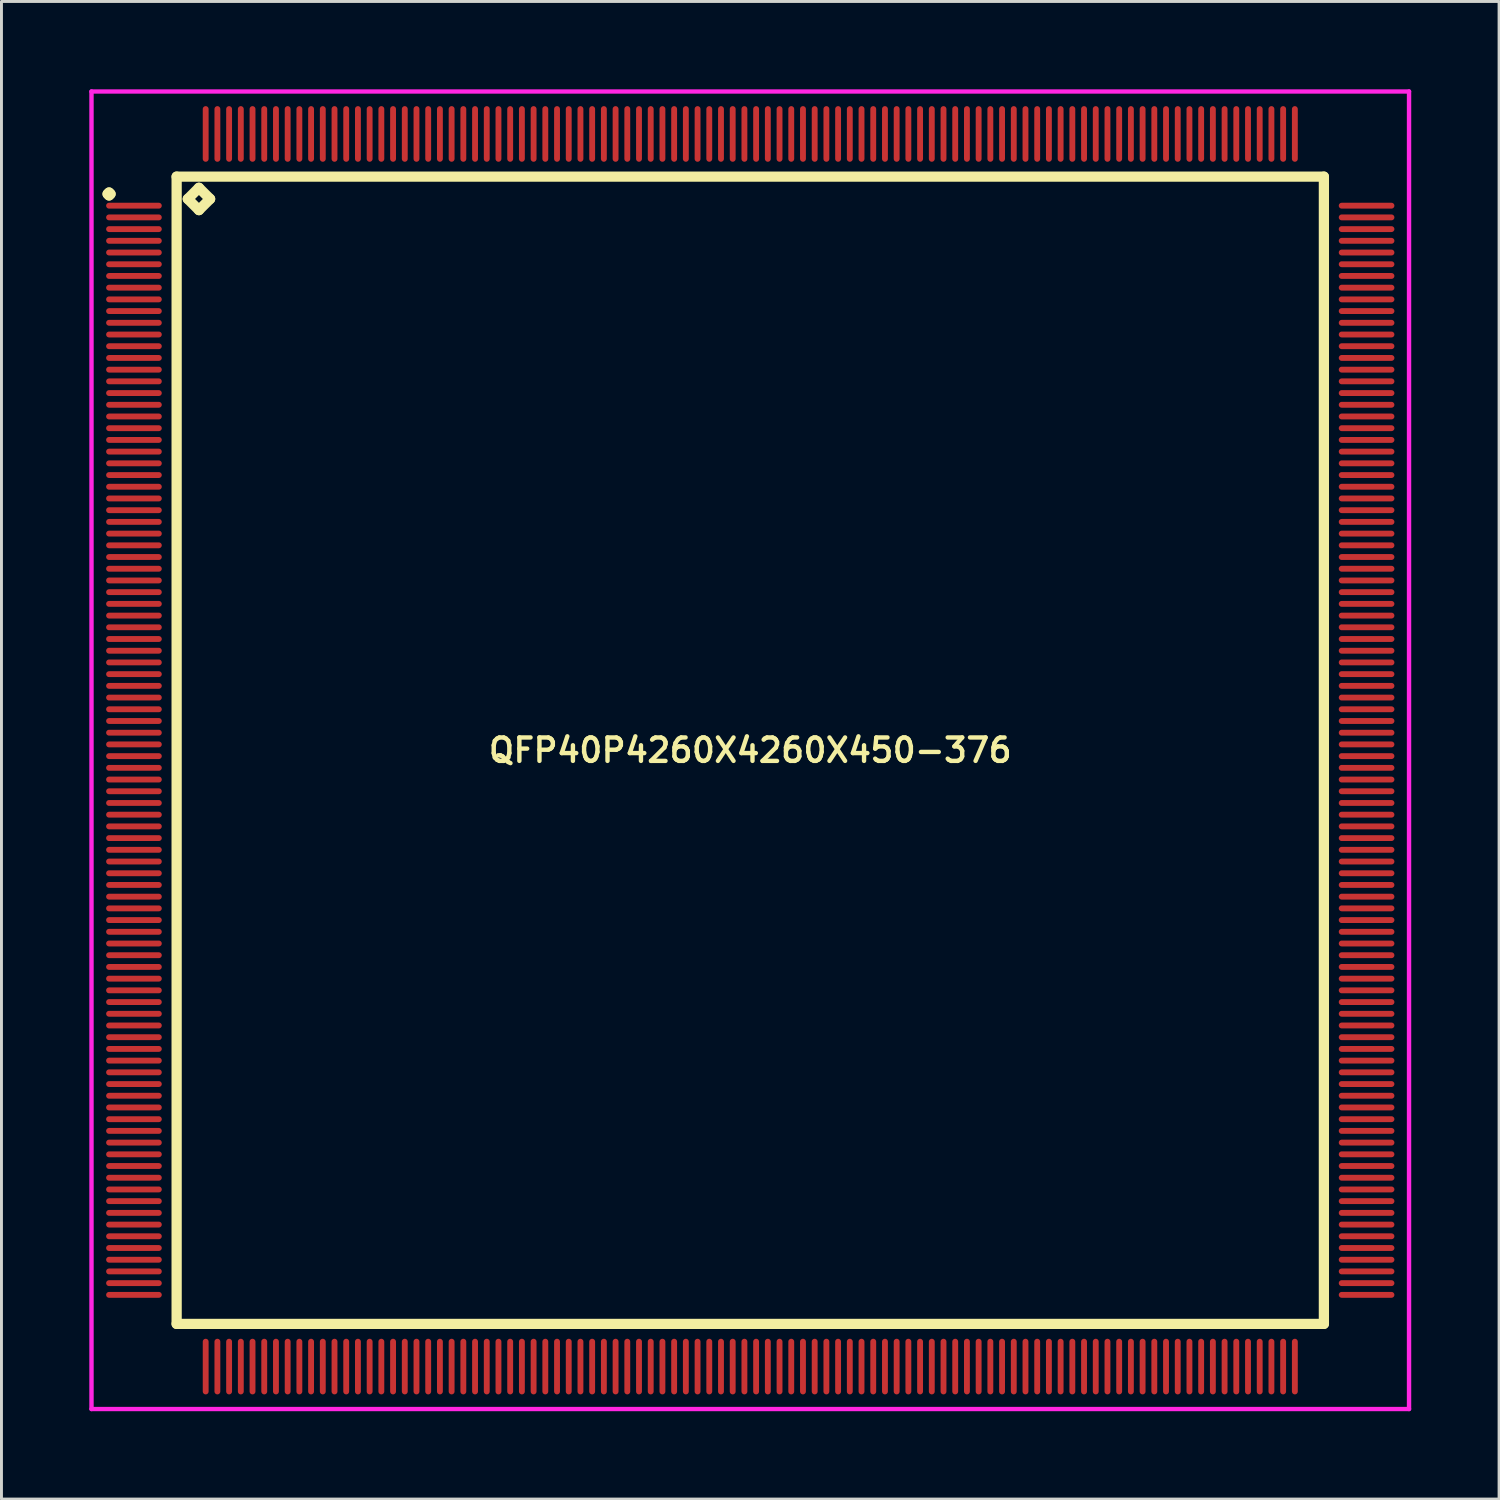
<source format=kicad_pcb>
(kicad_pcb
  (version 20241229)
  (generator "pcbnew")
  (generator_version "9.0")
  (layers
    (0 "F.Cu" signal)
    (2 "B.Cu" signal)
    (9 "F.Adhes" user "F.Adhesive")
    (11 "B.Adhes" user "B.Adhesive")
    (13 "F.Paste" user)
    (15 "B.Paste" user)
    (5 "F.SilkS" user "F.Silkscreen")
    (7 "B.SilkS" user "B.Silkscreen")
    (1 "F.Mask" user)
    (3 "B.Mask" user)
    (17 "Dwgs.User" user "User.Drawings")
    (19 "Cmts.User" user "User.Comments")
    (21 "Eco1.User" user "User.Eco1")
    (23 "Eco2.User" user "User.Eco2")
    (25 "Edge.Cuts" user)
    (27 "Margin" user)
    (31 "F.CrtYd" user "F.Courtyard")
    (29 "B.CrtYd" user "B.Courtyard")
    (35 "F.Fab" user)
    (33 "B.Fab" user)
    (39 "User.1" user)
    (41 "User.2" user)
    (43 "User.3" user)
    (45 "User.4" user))
  (footprint "QFP40P4260X4260X450-376"
    (layer "F.Cu")
    (at 22.575 22.575)
    (property "Reference" "QFP40P4260X4260X450-376" (at 0 0 0) (layer "F.SilkS") (effects (font (size 0.8 0.8) (thickness 0.15))))
    (attr smd)
    (fp_line (start -21.95 -19) (end -21.9 -19.05) (stroke (width 0.35) (type solid)) (layer "F.SilkS"))
    (fp_line (start -21.9 -19.05) (end -21.85 -19) (stroke (width 0.35) (type solid)) (layer "F.SilkS"))
    (fp_line (start -21.9 -18.95) (end -21.95 -19) (stroke (width 0.35) (type solid)) (layer "F.SilkS"))
    (fp_line (start -21.85 -19) (end -21.9 -18.95) (stroke (width 0.35) (type solid)) (layer "F.SilkS"))
    (fp_line (start -19.592 -19.592) (end -19.592 19.592) (stroke (width 0.35) (type solid)) (layer "F.SilkS"))
    (fp_line (start -19.592 19.592) (end 19.592 19.592) (stroke (width 0.35) (type solid)) (layer "F.SilkS"))
    (fp_line (start -19.211 -18.83) (end -18.83 -19.211) (stroke (width 0.35) (type solid)) (layer "F.SilkS"))
    (fp_line (start -18.83 -19.211) (end -18.449 -18.83) (stroke (width 0.35) (type solid)) (layer "F.SilkS"))
    (fp_line (start -18.83 -18.449) (end -19.211 -18.83) (stroke (width 0.35) (type solid)) (layer "F.SilkS"))
    (fp_line (start -18.449 -18.83) (end -18.83 -18.449) (stroke (width 0.35) (type solid)) (layer "F.SilkS"))
    (fp_line (start 19.592 -19.592) (end -19.592 -19.592) (stroke (width 0.35) (type solid)) (layer "F.SilkS"))
    (fp_line (start 19.592 19.592) (end 19.592 -19.592) (stroke (width 0.35) (type solid)) (layer "F.SilkS"))
    (fp_line (start -22.5 -22.5) (end 22.5 -22.5) (stroke (width 0.15) (type solid)) (layer "F.CrtYd"))
    (fp_line (start -22.5 22.5) (end -22.5 -22.5) (stroke (width 0.15) (type solid)) (layer "F.CrtYd"))
    (fp_line (start 22.5 -22.5) (end 22.5 22.5) (stroke (width 0.15) (type solid)) (layer "F.CrtYd"))
    (fp_line (start 22.5 22.5) (end -22.5 22.5) (stroke (width 0.15) (type solid)) (layer "F.CrtYd"))
    (pad "1" smd oval (at -21.05 -18.6) (size 1.9 0.2) (layers "F.Cu" "F.Mask" "F.Paste"))
    (pad "2" smd oval (at -21.05 -18.2) (size 1.9 0.2) (layers "F.Cu" "F.Mask" "F.Paste"))
    (pad "3" smd oval (at -21.05 -17.8) (size 1.9 0.2) (layers "F.Cu" "F.Mask" "F.Paste"))
    (pad "4" smd oval (at -21.05 -17.4) (size 1.9 0.2) (layers "F.Cu" "F.Mask" "F.Paste"))
    (pad "5" smd oval (at -21.05 -17) (size 1.9 0.2) (layers "F.Cu" "F.Mask" "F.Paste"))
    (pad "6" smd oval (at -21.05 -16.6) (size 1.9 0.2) (layers "F.Cu" "F.Mask" "F.Paste"))
    (pad "7" smd oval (at -21.05 -16.2) (size 1.9 0.2) (layers "F.Cu" "F.Mask" "F.Paste"))
    (pad "8" smd oval (at -21.05 -15.8) (size 1.9 0.2) (layers "F.Cu" "F.Mask" "F.Paste"))
    (pad "9" smd oval (at -21.05 -15.4) (size 1.9 0.2) (layers "F.Cu" "F.Mask" "F.Paste"))
    (pad "10" smd oval (at -21.05 -15) (size 1.9 0.2) (layers "F.Cu" "F.Mask" "F.Paste"))
    (pad "11" smd oval (at -21.05 -14.6) (size 1.9 0.2) (layers "F.Cu" "F.Mask" "F.Paste"))
    (pad "12" smd oval (at -21.05 -14.2) (size 1.9 0.2) (layers "F.Cu" "F.Mask" "F.Paste"))
    (pad "13" smd oval (at -21.05 -13.8) (size 1.9 0.2) (layers "F.Cu" "F.Mask" "F.Paste"))
    (pad "14" smd oval (at -21.05 -13.4) (size 1.9 0.2) (layers "F.Cu" "F.Mask" "F.Paste"))
    (pad "15" smd oval (at -21.05 -13) (size 1.9 0.2) (layers "F.Cu" "F.Mask" "F.Paste"))
    (pad "16" smd oval (at -21.05 -12.6) (size 1.9 0.2) (layers "F.Cu" "F.Mask" "F.Paste"))
    (pad "17" smd oval (at -21.05 -12.2) (size 1.9 0.2) (layers "F.Cu" "F.Mask" "F.Paste"))
    (pad "18" smd oval (at -21.05 -11.8) (size 1.9 0.2) (layers "F.Cu" "F.Mask" "F.Paste"))
    (pad "19" smd oval (at -21.05 -11.4) (size 1.9 0.2) (layers "F.Cu" "F.Mask" "F.Paste"))
    (pad "20" smd oval (at -21.05 -11) (size 1.9 0.2) (layers "F.Cu" "F.Mask" "F.Paste"))
    (pad "21" smd oval (at -21.05 -10.6) (size 1.9 0.2) (layers "F.Cu" "F.Mask" "F.Paste"))
    (pad "22" smd oval (at -21.05 -10.2) (size 1.9 0.2) (layers "F.Cu" "F.Mask" "F.Paste"))
    (pad "23" smd oval (at -21.05 -9.8) (size 1.9 0.2) (layers "F.Cu" "F.Mask" "F.Paste"))
    (pad "24" smd oval (at -21.05 -9.4) (size 1.9 0.2) (layers "F.Cu" "F.Mask" "F.Paste"))
    (pad "25" smd oval (at -21.05 -9) (size 1.9 0.2) (layers "F.Cu" "F.Mask" "F.Paste"))
    (pad "26" smd oval (at -21.05 -8.6) (size 1.9 0.2) (layers "F.Cu" "F.Mask" "F.Paste"))
    (pad "27" smd oval (at -21.05 -8.2) (size 1.9 0.2) (layers "F.Cu" "F.Mask" "F.Paste"))
    (pad "28" smd oval (at -21.05 -7.8) (size 1.9 0.2) (layers "F.Cu" "F.Mask" "F.Paste"))
    (pad "29" smd oval (at -21.05 -7.4) (size 1.9 0.2) (layers "F.Cu" "F.Mask" "F.Paste"))
    (pad "30" smd oval (at -21.05 -7) (size 1.9 0.2) (layers "F.Cu" "F.Mask" "F.Paste"))
    (pad "31" smd oval (at -21.05 -6.6) (size 1.9 0.2) (layers "F.Cu" "F.Mask" "F.Paste"))
    (pad "32" smd oval (at -21.05 -6.2) (size 1.9 0.2) (layers "F.Cu" "F.Mask" "F.Paste"))
    (pad "33" smd oval (at -21.05 -5.8) (size 1.9 0.2) (layers "F.Cu" "F.Mask" "F.Paste"))
    (pad "34" smd oval (at -21.05 -5.4) (size 1.9 0.2) (layers "F.Cu" "F.Mask" "F.Paste"))
    (pad "35" smd oval (at -21.05 -5) (size 1.9 0.2) (layers "F.Cu" "F.Mask" "F.Paste"))
    (pad "36" smd oval (at -21.05 -4.6) (size 1.9 0.2) (layers "F.Cu" "F.Mask" "F.Paste"))
    (pad "37" smd oval (at -21.05 -4.2) (size 1.9 0.2) (layers "F.Cu" "F.Mask" "F.Paste"))
    (pad "38" smd oval (at -21.05 -3.8) (size 1.9 0.2) (layers "F.Cu" "F.Mask" "F.Paste"))
    (pad "39" smd oval (at -21.05 -3.4) (size 1.9 0.2) (layers "F.Cu" "F.Mask" "F.Paste"))
    (pad "40" smd oval (at -21.05 -3) (size 1.9 0.2) (layers "F.Cu" "F.Mask" "F.Paste"))
    (pad "41" smd oval (at -21.05 -2.6) (size 1.9 0.2) (layers "F.Cu" "F.Mask" "F.Paste"))
    (pad "42" smd oval (at -21.05 -2.2) (size 1.9 0.2) (layers "F.Cu" "F.Mask" "F.Paste"))
    (pad "43" smd oval (at -21.05 -1.8) (size 1.9 0.2) (layers "F.Cu" "F.Mask" "F.Paste"))
    (pad "44" smd oval (at -21.05 -1.4) (size 1.9 0.2) (layers "F.Cu" "F.Mask" "F.Paste"))
    (pad "45" smd oval (at -21.05 -1) (size 1.9 0.2) (layers "F.Cu" "F.Mask" "F.Paste"))
    (pad "46" smd oval (at -21.05 -0.6) (size 1.9 0.2) (layers "F.Cu" "F.Mask" "F.Paste"))
    (pad "47" smd oval (at -21.05 -0.2) (size 1.9 0.2) (layers "F.Cu" "F.Mask" "F.Paste"))
    (pad "48" smd oval (at -21.05 0.2) (size 1.9 0.2) (layers "F.Cu" "F.Mask" "F.Paste"))
    (pad "49" smd oval (at -21.05 0.6) (size 1.9 0.2) (layers "F.Cu" "F.Mask" "F.Paste"))
    (pad "50" smd oval (at -21.05 1) (size 1.9 0.2) (layers "F.Cu" "F.Mask" "F.Paste"))
    (pad "51" smd oval (at -21.05 1.4) (size 1.9 0.2) (layers "F.Cu" "F.Mask" "F.Paste"))
    (pad "52" smd oval (at -21.05 1.8) (size 1.9 0.2) (layers "F.Cu" "F.Mask" "F.Paste"))
    (pad "53" smd oval (at -21.05 2.2) (size 1.9 0.2) (layers "F.Cu" "F.Mask" "F.Paste"))
    (pad "54" smd oval (at -21.05 2.6) (size 1.9 0.2) (layers "F.Cu" "F.Mask" "F.Paste"))
    (pad "55" smd oval (at -21.05 3) (size 1.9 0.2) (layers "F.Cu" "F.Mask" "F.Paste"))
    (pad "56" smd oval (at -21.05 3.4) (size 1.9 0.2) (layers "F.Cu" "F.Mask" "F.Paste"))
    (pad "57" smd oval (at -21.05 3.8) (size 1.9 0.2) (layers "F.Cu" "F.Mask" "F.Paste"))
    (pad "58" smd oval (at -21.05 4.2) (size 1.9 0.2) (layers "F.Cu" "F.Mask" "F.Paste"))
    (pad "59" smd oval (at -21.05 4.6) (size 1.9 0.2) (layers "F.Cu" "F.Mask" "F.Paste"))
    (pad "60" smd oval (at -21.05 5) (size 1.9 0.2) (layers "F.Cu" "F.Mask" "F.Paste"))
    (pad "61" smd oval (at -21.05 5.4) (size 1.9 0.2) (layers "F.Cu" "F.Mask" "F.Paste"))
    (pad "62" smd oval (at -21.05 5.8) (size 1.9 0.2) (layers "F.Cu" "F.Mask" "F.Paste"))
    (pad "63" smd oval (at -21.05 6.2) (size 1.9 0.2) (layers "F.Cu" "F.Mask" "F.Paste"))
    (pad "64" smd oval (at -21.05 6.6) (size 1.9 0.2) (layers "F.Cu" "F.Mask" "F.Paste"))
    (pad "65" smd oval (at -21.05 7) (size 1.9 0.2) (layers "F.Cu" "F.Mask" "F.Paste"))
    (pad "66" smd oval (at -21.05 7.4) (size 1.9 0.2) (layers "F.Cu" "F.Mask" "F.Paste"))
    (pad "67" smd oval (at -21.05 7.8) (size 1.9 0.2) (layers "F.Cu" "F.Mask" "F.Paste"))
    (pad "68" smd oval (at -21.05 8.2) (size 1.9 0.2) (layers "F.Cu" "F.Mask" "F.Paste"))
    (pad "69" smd oval (at -21.05 8.6) (size 1.9 0.2) (layers "F.Cu" "F.Mask" "F.Paste"))
    (pad "70" smd oval (at -21.05 9) (size 1.9 0.2) (layers "F.Cu" "F.Mask" "F.Paste"))
    (pad "71" smd oval (at -21.05 9.4) (size 1.9 0.2) (layers "F.Cu" "F.Mask" "F.Paste"))
    (pad "72" smd oval (at -21.05 9.8) (size 1.9 0.2) (layers "F.Cu" "F.Mask" "F.Paste"))
    (pad "73" smd oval (at -21.05 10.2) (size 1.9 0.2) (layers "F.Cu" "F.Mask" "F.Paste"))
    (pad "74" smd oval (at -21.05 10.6) (size 1.9 0.2) (layers "F.Cu" "F.Mask" "F.Paste"))
    (pad "75" smd oval (at -21.05 11) (size 1.9 0.2) (layers "F.Cu" "F.Mask" "F.Paste"))
    (pad "76" smd oval (at -21.05 11.4) (size 1.9 0.2) (layers "F.Cu" "F.Mask" "F.Paste"))
    (pad "77" smd oval (at -21.05 11.8) (size 1.9 0.2) (layers "F.Cu" "F.Mask" "F.Paste"))
    (pad "78" smd oval (at -21.05 12.2) (size 1.9 0.2) (layers "F.Cu" "F.Mask" "F.Paste"))
    (pad "79" smd oval (at -21.05 12.6) (size 1.9 0.2) (layers "F.Cu" "F.Mask" "F.Paste"))
    (pad "80" smd oval (at -21.05 13) (size 1.9 0.2) (layers "F.Cu" "F.Mask" "F.Paste"))
    (pad "81" smd oval (at -21.05 13.4) (size 1.9 0.2) (layers "F.Cu" "F.Mask" "F.Paste"))
    (pad "82" smd oval (at -21.05 13.8) (size 1.9 0.2) (layers "F.Cu" "F.Mask" "F.Paste"))
    (pad "83" smd oval (at -21.05 14.2) (size 1.9 0.2) (layers "F.Cu" "F.Mask" "F.Paste"))
    (pad "84" smd oval (at -21.05 14.6) (size 1.9 0.2) (layers "F.Cu" "F.Mask" "F.Paste"))
    (pad "85" smd oval (at -21.05 15) (size 1.9 0.2) (layers "F.Cu" "F.Mask" "F.Paste"))
    (pad "86" smd oval (at -21.05 15.4) (size 1.9 0.2) (layers "F.Cu" "F.Mask" "F.Paste"))
    (pad "87" smd oval (at -21.05 15.8) (size 1.9 0.2) (layers "F.Cu" "F.Mask" "F.Paste"))
    (pad "88" smd oval (at -21.05 16.2) (size 1.9 0.2) (layers "F.Cu" "F.Mask" "F.Paste"))
    (pad "89" smd oval (at -21.05 16.6) (size 1.9 0.2) (layers "F.Cu" "F.Mask" "F.Paste"))
    (pad "90" smd oval (at -21.05 17) (size 1.9 0.2) (layers "F.Cu" "F.Mask" "F.Paste"))
    (pad "91" smd oval (at -21.05 17.4) (size 1.9 0.2) (layers "F.Cu" "F.Mask" "F.Paste"))
    (pad "92" smd oval (at -21.05 17.8) (size 1.9 0.2) (layers "F.Cu" "F.Mask" "F.Paste"))
    (pad "93" smd oval (at -21.05 18.2) (size 1.9 0.2) (layers "F.Cu" "F.Mask" "F.Paste"))
    (pad "94" smd oval (at -21.05 18.6) (size 1.9 0.2) (layers "F.Cu" "F.Mask" "F.Paste"))
    (pad "95" smd oval (at -18.6 21.05) (size 0.2 1.9) (layers "F.Cu" "F.Mask" "F.Paste"))
    (pad "96" smd oval (at -18.2 21.05) (size 0.2 1.9) (layers "F.Cu" "F.Mask" "F.Paste"))
    (pad "97" smd oval (at -17.8 21.05) (size 0.2 1.9) (layers "F.Cu" "F.Mask" "F.Paste"))
    (pad "98" smd oval (at -17.4 21.05) (size 0.2 1.9) (layers "F.Cu" "F.Mask" "F.Paste"))
    (pad "99" smd oval (at -17 21.05) (size 0.2 1.9) (layers "F.Cu" "F.Mask" "F.Paste"))
    (pad "100" smd oval (at -16.6 21.05) (size 0.2 1.9) (layers "F.Cu" "F.Mask" "F.Paste"))
    (pad "101" smd oval (at -16.2 21.05) (size 0.2 1.9) (layers "F.Cu" "F.Mask" "F.Paste"))
    (pad "102" smd oval (at -15.8 21.05) (size 0.2 1.9) (layers "F.Cu" "F.Mask" "F.Paste"))
    (pad "103" smd oval (at -15.4 21.05) (size 0.2 1.9) (layers "F.Cu" "F.Mask" "F.Paste"))
    (pad "104" smd oval (at -15 21.05) (size 0.2 1.9) (layers "F.Cu" "F.Mask" "F.Paste"))
    (pad "105" smd oval (at -14.6 21.05) (size 0.2 1.9) (layers "F.Cu" "F.Mask" "F.Paste"))
    (pad "106" smd oval (at -14.2 21.05) (size 0.2 1.9) (layers "F.Cu" "F.Mask" "F.Paste"))
    (pad "107" smd oval (at -13.8 21.05) (size 0.2 1.9) (layers "F.Cu" "F.Mask" "F.Paste"))
    (pad "108" smd oval (at -13.4 21.05) (size 0.2 1.9) (layers "F.Cu" "F.Mask" "F.Paste"))
    (pad "109" smd oval (at -13 21.05) (size 0.2 1.9) (layers "F.Cu" "F.Mask" "F.Paste"))
    (pad "110" smd oval (at -12.6 21.05) (size 0.2 1.9) (layers "F.Cu" "F.Mask" "F.Paste"))
    (pad "111" smd oval (at -12.2 21.05) (size 0.2 1.9) (layers "F.Cu" "F.Mask" "F.Paste"))
    (pad "112" smd oval (at -11.8 21.05) (size 0.2 1.9) (layers "F.Cu" "F.Mask" "F.Paste"))
    (pad "113" smd oval (at -11.4 21.05) (size 0.2 1.9) (layers "F.Cu" "F.Mask" "F.Paste"))
    (pad "114" smd oval (at -11 21.05) (size 0.2 1.9) (layers "F.Cu" "F.Mask" "F.Paste"))
    (pad "115" smd oval (at -10.6 21.05) (size 0.2 1.9) (layers "F.Cu" "F.Mask" "F.Paste"))
    (pad "116" smd oval (at -10.2 21.05) (size 0.2 1.9) (layers "F.Cu" "F.Mask" "F.Paste"))
    (pad "117" smd oval (at -9.8 21.05) (size 0.2 1.9) (layers "F.Cu" "F.Mask" "F.Paste"))
    (pad "118" smd oval (at -9.4 21.05) (size 0.2 1.9) (layers "F.Cu" "F.Mask" "F.Paste"))
    (pad "119" smd oval (at -9 21.05) (size 0.2 1.9) (layers "F.Cu" "F.Mask" "F.Paste"))
    (pad "120" smd oval (at -8.6 21.05) (size 0.2 1.9) (layers "F.Cu" "F.Mask" "F.Paste"))
    (pad "121" smd oval (at -8.2 21.05) (size 0.2 1.9) (layers "F.Cu" "F.Mask" "F.Paste"))
    (pad "122" smd oval (at -7.8 21.05) (size 0.2 1.9) (layers "F.Cu" "F.Mask" "F.Paste"))
    (pad "123" smd oval (at -7.4 21.05) (size 0.2 1.9) (layers "F.Cu" "F.Mask" "F.Paste"))
    (pad "124" smd oval (at -7 21.05) (size 0.2 1.9) (layers "F.Cu" "F.Mask" "F.Paste"))
    (pad "125" smd oval (at -6.6 21.05) (size 0.2 1.9) (layers "F.Cu" "F.Mask" "F.Paste"))
    (pad "126" smd oval (at -6.2 21.05) (size 0.2 1.9) (layers "F.Cu" "F.Mask" "F.Paste"))
    (pad "127" smd oval (at -5.8 21.05) (size 0.2 1.9) (layers "F.Cu" "F.Mask" "F.Paste"))
    (pad "128" smd oval (at -5.4 21.05) (size 0.2 1.9) (layers "F.Cu" "F.Mask" "F.Paste"))
    (pad "129" smd oval (at -5 21.05) (size 0.2 1.9) (layers "F.Cu" "F.Mask" "F.Paste"))
    (pad "130" smd oval (at -4.6 21.05) (size 0.2 1.9) (layers "F.Cu" "F.Mask" "F.Paste"))
    (pad "131" smd oval (at -4.2 21.05) (size 0.2 1.9) (layers "F.Cu" "F.Mask" "F.Paste"))
    (pad "132" smd oval (at -3.8 21.05) (size 0.2 1.9) (layers "F.Cu" "F.Mask" "F.Paste"))
    (pad "133" smd oval (at -3.4 21.05) (size 0.2 1.9) (layers "F.Cu" "F.Mask" "F.Paste"))
    (pad "134" smd oval (at -3 21.05) (size 0.2 1.9) (layers "F.Cu" "F.Mask" "F.Paste"))
    (pad "135" smd oval (at -2.6 21.05) (size 0.2 1.9) (layers "F.Cu" "F.Mask" "F.Paste"))
    (pad "136" smd oval (at -2.2 21.05) (size 0.2 1.9) (layers "F.Cu" "F.Mask" "F.Paste"))
    (pad "137" smd oval (at -1.8 21.05) (size 0.2 1.9) (layers "F.Cu" "F.Mask" "F.Paste"))
    (pad "138" smd oval (at -1.4 21.05) (size 0.2 1.9) (layers "F.Cu" "F.Mask" "F.Paste"))
    (pad "139" smd oval (at -1 21.05) (size 0.2 1.9) (layers "F.Cu" "F.Mask" "F.Paste"))
    (pad "140" smd oval (at -0.6 21.05) (size 0.2 1.9) (layers "F.Cu" "F.Mask" "F.Paste"))
    (pad "141" smd oval (at -0.2 21.05) (size 0.2 1.9) (layers "F.Cu" "F.Mask" "F.Paste"))
    (pad "142" smd oval (at 0.2 21.05) (size 0.2 1.9) (layers "F.Cu" "F.Mask" "F.Paste"))
    (pad "143" smd oval (at 0.6 21.05) (size 0.2 1.9) (layers "F.Cu" "F.Mask" "F.Paste"))
    (pad "144" smd oval (at 1 21.05) (size 0.2 1.9) (layers "F.Cu" "F.Mask" "F.Paste"))
    (pad "145" smd oval (at 1.4 21.05) (size 0.2 1.9) (layers "F.Cu" "F.Mask" "F.Paste"))
    (pad "146" smd oval (at 1.8 21.05) (size 0.2 1.9) (layers "F.Cu" "F.Mask" "F.Paste"))
    (pad "147" smd oval (at 2.2 21.05) (size 0.2 1.9) (layers "F.Cu" "F.Mask" "F.Paste"))
    (pad "148" smd oval (at 2.6 21.05) (size 0.2 1.9) (layers "F.Cu" "F.Mask" "F.Paste"))
    (pad "149" smd oval (at 3 21.05) (size 0.2 1.9) (layers "F.Cu" "F.Mask" "F.Paste"))
    (pad "150" smd oval (at 3.4 21.05) (size 0.2 1.9) (layers "F.Cu" "F.Mask" "F.Paste"))
    (pad "151" smd oval (at 3.8 21.05) (size 0.2 1.9) (layers "F.Cu" "F.Mask" "F.Paste"))
    (pad "152" smd oval (at 4.2 21.05) (size 0.2 1.9) (layers "F.Cu" "F.Mask" "F.Paste"))
    (pad "153" smd oval (at 4.6 21.05) (size 0.2 1.9) (layers "F.Cu" "F.Mask" "F.Paste"))
    (pad "154" smd oval (at 5 21.05) (size 0.2 1.9) (layers "F.Cu" "F.Mask" "F.Paste"))
    (pad "155" smd oval (at 5.4 21.05) (size 0.2 1.9) (layers "F.Cu" "F.Mask" "F.Paste"))
    (pad "156" smd oval (at 5.8 21.05) (size 0.2 1.9) (layers "F.Cu" "F.Mask" "F.Paste"))
    (pad "157" smd oval (at 6.2 21.05) (size 0.2 1.9) (layers "F.Cu" "F.Mask" "F.Paste"))
    (pad "158" smd oval (at 6.6 21.05) (size 0.2 1.9) (layers "F.Cu" "F.Mask" "F.Paste"))
    (pad "159" smd oval (at 7 21.05) (size 0.2 1.9) (layers "F.Cu" "F.Mask" "F.Paste"))
    (pad "160" smd oval (at 7.4 21.05) (size 0.2 1.9) (layers "F.Cu" "F.Mask" "F.Paste"))
    (pad "161" smd oval (at 7.8 21.05) (size 0.2 1.9) (layers "F.Cu" "F.Mask" "F.Paste"))
    (pad "162" smd oval (at 8.2 21.05) (size 0.2 1.9) (layers "F.Cu" "F.Mask" "F.Paste"))
    (pad "163" smd oval (at 8.6 21.05) (size 0.2 1.9) (layers "F.Cu" "F.Mask" "F.Paste"))
    (pad "164" smd oval (at 9 21.05) (size 0.2 1.9) (layers "F.Cu" "F.Mask" "F.Paste"))
    (pad "165" smd oval (at 9.4 21.05) (size 0.2 1.9) (layers "F.Cu" "F.Mask" "F.Paste"))
    (pad "166" smd oval (at 9.8 21.05) (size 0.2 1.9) (layers "F.Cu" "F.Mask" "F.Paste"))
    (pad "167" smd oval (at 10.2 21.05) (size 0.2 1.9) (layers "F.Cu" "F.Mask" "F.Paste"))
    (pad "168" smd oval (at 10.6 21.05) (size 0.2 1.9) (layers "F.Cu" "F.Mask" "F.Paste"))
    (pad "169" smd oval (at 11 21.05) (size 0.2 1.9) (layers "F.Cu" "F.Mask" "F.Paste"))
    (pad "170" smd oval (at 11.4 21.05) (size 0.2 1.9) (layers "F.Cu" "F.Mask" "F.Paste"))
    (pad "171" smd oval (at 11.8 21.05) (size 0.2 1.9) (layers "F.Cu" "F.Mask" "F.Paste"))
    (pad "172" smd oval (at 12.2 21.05) (size 0.2 1.9) (layers "F.Cu" "F.Mask" "F.Paste"))
    (pad "173" smd oval (at 12.6 21.05) (size 0.2 1.9) (layers "F.Cu" "F.Mask" "F.Paste"))
    (pad "174" smd oval (at 13 21.05) (size 0.2 1.9) (layers "F.Cu" "F.Mask" "F.Paste"))
    (pad "175" smd oval (at 13.4 21.05) (size 0.2 1.9) (layers "F.Cu" "F.Mask" "F.Paste"))
    (pad "176" smd oval (at 13.8 21.05) (size 0.2 1.9) (layers "F.Cu" "F.Mask" "F.Paste"))
    (pad "177" smd oval (at 14.2 21.05) (size 0.2 1.9) (layers "F.Cu" "F.Mask" "F.Paste"))
    (pad "178" smd oval (at 14.6 21.05) (size 0.2 1.9) (layers "F.Cu" "F.Mask" "F.Paste"))
    (pad "179" smd oval (at 15 21.05) (size 0.2 1.9) (layers "F.Cu" "F.Mask" "F.Paste"))
    (pad "180" smd oval (at 15.4 21.05) (size 0.2 1.9) (layers "F.Cu" "F.Mask" "F.Paste"))
    (pad "181" smd oval (at 15.8 21.05) (size 0.2 1.9) (layers "F.Cu" "F.Mask" "F.Paste"))
    (pad "182" smd oval (at 16.2 21.05) (size 0.2 1.9) (layers "F.Cu" "F.Mask" "F.Paste"))
    (pad "183" smd oval (at 16.6 21.05) (size 0.2 1.9) (layers "F.Cu" "F.Mask" "F.Paste"))
    (pad "184" smd oval (at 17 21.05) (size 0.2 1.9) (layers "F.Cu" "F.Mask" "F.Paste"))
    (pad "185" smd oval (at 17.4 21.05) (size 0.2 1.9) (layers "F.Cu" "F.Mask" "F.Paste"))
    (pad "186" smd oval (at 17.8 21.05) (size 0.2 1.9) (layers "F.Cu" "F.Mask" "F.Paste"))
    (pad "187" smd oval (at 18.2 21.05) (size 0.2 1.9) (layers "F.Cu" "F.Mask" "F.Paste"))
    (pad "188" smd oval (at 18.6 21.05) (size 0.2 1.9) (layers "F.Cu" "F.Mask" "F.Paste"))
    (pad "189" smd oval (at 21.05 18.6) (size 1.9 0.2) (layers "F.Cu" "F.Mask" "F.Paste"))
    (pad "190" smd oval (at 21.05 18.2) (size 1.9 0.2) (layers "F.Cu" "F.Mask" "F.Paste"))
    (pad "191" smd oval (at 21.05 17.8) (size 1.9 0.2) (layers "F.Cu" "F.Mask" "F.Paste"))
    (pad "192" smd oval (at 21.05 17.4) (size 1.9 0.2) (layers "F.Cu" "F.Mask" "F.Paste"))
    (pad "193" smd oval (at 21.05 17) (size 1.9 0.2) (layers "F.Cu" "F.Mask" "F.Paste"))
    (pad "194" smd oval (at 21.05 16.6) (size 1.9 0.2) (layers "F.Cu" "F.Mask" "F.Paste"))
    (pad "195" smd oval (at 21.05 16.2) (size 1.9 0.2) (layers "F.Cu" "F.Mask" "F.Paste"))
    (pad "196" smd oval (at 21.05 15.8) (size 1.9 0.2) (layers "F.Cu" "F.Mask" "F.Paste"))
    (pad "197" smd oval (at 21.05 15.4) (size 1.9 0.2) (layers "F.Cu" "F.Mask" "F.Paste"))
    (pad "198" smd oval (at 21.05 15) (size 1.9 0.2) (layers "F.Cu" "F.Mask" "F.Paste"))
    (pad "199" smd oval (at 21.05 14.6) (size 1.9 0.2) (layers "F.Cu" "F.Mask" "F.Paste"))
    (pad "200" smd oval (at 21.05 14.2) (size 1.9 0.2) (layers "F.Cu" "F.Mask" "F.Paste"))
    (pad "201" smd oval (at 21.05 13.8) (size 1.9 0.2) (layers "F.Cu" "F.Mask" "F.Paste"))
    (pad "202" smd oval (at 21.05 13.4) (size 1.9 0.2) (layers "F.Cu" "F.Mask" "F.Paste"))
    (pad "203" smd oval (at 21.05 13) (size 1.9 0.2) (layers "F.Cu" "F.Mask" "F.Paste"))
    (pad "204" smd oval (at 21.05 12.6) (size 1.9 0.2) (layers "F.Cu" "F.Mask" "F.Paste"))
    (pad "205" smd oval (at 21.05 12.2) (size 1.9 0.2) (layers "F.Cu" "F.Mask" "F.Paste"))
    (pad "206" smd oval (at 21.05 11.8) (size 1.9 0.2) (layers "F.Cu" "F.Mask" "F.Paste"))
    (pad "207" smd oval (at 21.05 11.4) (size 1.9 0.2) (layers "F.Cu" "F.Mask" "F.Paste"))
    (pad "208" smd oval (at 21.05 11) (size 1.9 0.2) (layers "F.Cu" "F.Mask" "F.Paste"))
    (pad "209" smd oval (at 21.05 10.6) (size 1.9 0.2) (layers "F.Cu" "F.Mask" "F.Paste"))
    (pad "210" smd oval (at 21.05 10.2) (size 1.9 0.2) (layers "F.Cu" "F.Mask" "F.Paste"))
    (pad "211" smd oval (at 21.05 9.8) (size 1.9 0.2) (layers "F.Cu" "F.Mask" "F.Paste"))
    (pad "212" smd oval (at 21.05 9.4) (size 1.9 0.2) (layers "F.Cu" "F.Mask" "F.Paste"))
    (pad "213" smd oval (at 21.05 9) (size 1.9 0.2) (layers "F.Cu" "F.Mask" "F.Paste"))
    (pad "214" smd oval (at 21.05 8.6) (size 1.9 0.2) (layers "F.Cu" "F.Mask" "F.Paste"))
    (pad "215" smd oval (at 21.05 8.2) (size 1.9 0.2) (layers "F.Cu" "F.Mask" "F.Paste"))
    (pad "216" smd oval (at 21.05 7.8) (size 1.9 0.2) (layers "F.Cu" "F.Mask" "F.Paste"))
    (pad "217" smd oval (at 21.05 7.4) (size 1.9 0.2) (layers "F.Cu" "F.Mask" "F.Paste"))
    (pad "218" smd oval (at 21.05 7) (size 1.9 0.2) (layers "F.Cu" "F.Mask" "F.Paste"))
    (pad "219" smd oval (at 21.05 6.6) (size 1.9 0.2) (layers "F.Cu" "F.Mask" "F.Paste"))
    (pad "220" smd oval (at 21.05 6.2) (size 1.9 0.2) (layers "F.Cu" "F.Mask" "F.Paste"))
    (pad "221" smd oval (at 21.05 5.8) (size 1.9 0.2) (layers "F.Cu" "F.Mask" "F.Paste"))
    (pad "222" smd oval (at 21.05 5.4) (size 1.9 0.2) (layers "F.Cu" "F.Mask" "F.Paste"))
    (pad "223" smd oval (at 21.05 5) (size 1.9 0.2) (layers "F.Cu" "F.Mask" "F.Paste"))
    (pad "224" smd oval (at 21.05 4.6) (size 1.9 0.2) (layers "F.Cu" "F.Mask" "F.Paste"))
    (pad "225" smd oval (at 21.05 4.2) (size 1.9 0.2) (layers "F.Cu" "F.Mask" "F.Paste"))
    (pad "226" smd oval (at 21.05 3.8) (size 1.9 0.2) (layers "F.Cu" "F.Mask" "F.Paste"))
    (pad "227" smd oval (at 21.05 3.4) (size 1.9 0.2) (layers "F.Cu" "F.Mask" "F.Paste"))
    (pad "228" smd oval (at 21.05 3) (size 1.9 0.2) (layers "F.Cu" "F.Mask" "F.Paste"))
    (pad "229" smd oval (at 21.05 2.6) (size 1.9 0.2) (layers "F.Cu" "F.Mask" "F.Paste"))
    (pad "230" smd oval (at 21.05 2.2) (size 1.9 0.2) (layers "F.Cu" "F.Mask" "F.Paste"))
    (pad "231" smd oval (at 21.05 1.8) (size 1.9 0.2) (layers "F.Cu" "F.Mask" "F.Paste"))
    (pad "232" smd oval (at 21.05 1.4) (size 1.9 0.2) (layers "F.Cu" "F.Mask" "F.Paste"))
    (pad "233" smd oval (at 21.05 1) (size 1.9 0.2) (layers "F.Cu" "F.Mask" "F.Paste"))
    (pad "234" smd oval (at 21.05 0.6) (size 1.9 0.2) (layers "F.Cu" "F.Mask" "F.Paste"))
    (pad "235" smd oval (at 21.05 0.2) (size 1.9 0.2) (layers "F.Cu" "F.Mask" "F.Paste"))
    (pad "236" smd oval (at 21.05 -0.2) (size 1.9 0.2) (layers "F.Cu" "F.Mask" "F.Paste"))
    (pad "237" smd oval (at 21.05 -0.6) (size 1.9 0.2) (layers "F.Cu" "F.Mask" "F.Paste"))
    (pad "238" smd oval (at 21.05 -1) (size 1.9 0.2) (layers "F.Cu" "F.Mask" "F.Paste"))
    (pad "239" smd oval (at 21.05 -1.4) (size 1.9 0.2) (layers "F.Cu" "F.Mask" "F.Paste"))
    (pad "240" smd oval (at 21.05 -1.8) (size 1.9 0.2) (layers "F.Cu" "F.Mask" "F.Paste"))
    (pad "241" smd oval (at 21.05 -2.2) (size 1.9 0.2) (layers "F.Cu" "F.Mask" "F.Paste"))
    (pad "242" smd oval (at 21.05 -2.6) (size 1.9 0.2) (layers "F.Cu" "F.Mask" "F.Paste"))
    (pad "243" smd oval (at 21.05 -3) (size 1.9 0.2) (layers "F.Cu" "F.Mask" "F.Paste"))
    (pad "244" smd oval (at 21.05 -3.4) (size 1.9 0.2) (layers "F.Cu" "F.Mask" "F.Paste"))
    (pad "245" smd oval (at 21.05 -3.8) (size 1.9 0.2) (layers "F.Cu" "F.Mask" "F.Paste"))
    (pad "246" smd oval (at 21.05 -4.2) (size 1.9 0.2) (layers "F.Cu" "F.Mask" "F.Paste"))
    (pad "247" smd oval (at 21.05 -4.6) (size 1.9 0.2) (layers "F.Cu" "F.Mask" "F.Paste"))
    (pad "248" smd oval (at 21.05 -5) (size 1.9 0.2) (layers "F.Cu" "F.Mask" "F.Paste"))
    (pad "249" smd oval (at 21.05 -5.4) (size 1.9 0.2) (layers "F.Cu" "F.Mask" "F.Paste"))
    (pad "250" smd oval (at 21.05 -5.8) (size 1.9 0.2) (layers "F.Cu" "F.Mask" "F.Paste"))
    (pad "251" smd oval (at 21.05 -6.2) (size 1.9 0.2) (layers "F.Cu" "F.Mask" "F.Paste"))
    (pad "252" smd oval (at 21.05 -6.6) (size 1.9 0.2) (layers "F.Cu" "F.Mask" "F.Paste"))
    (pad "253" smd oval (at 21.05 -7) (size 1.9 0.2) (layers "F.Cu" "F.Mask" "F.Paste"))
    (pad "254" smd oval (at 21.05 -7.4) (size 1.9 0.2) (layers "F.Cu" "F.Mask" "F.Paste"))
    (pad "255" smd oval (at 21.05 -7.8) (size 1.9 0.2) (layers "F.Cu" "F.Mask" "F.Paste"))
    (pad "256" smd oval (at 21.05 -8.2) (size 1.9 0.2) (layers "F.Cu" "F.Mask" "F.Paste"))
    (pad "257" smd oval (at 21.05 -8.6) (size 1.9 0.2) (layers "F.Cu" "F.Mask" "F.Paste"))
    (pad "258" smd oval (at 21.05 -9) (size 1.9 0.2) (layers "F.Cu" "F.Mask" "F.Paste"))
    (pad "259" smd oval (at 21.05 -9.4) (size 1.9 0.2) (layers "F.Cu" "F.Mask" "F.Paste"))
    (pad "260" smd oval (at 21.05 -9.8) (size 1.9 0.2) (layers "F.Cu" "F.Mask" "F.Paste"))
    (pad "261" smd oval (at 21.05 -10.2) (size 1.9 0.2) (layers "F.Cu" "F.Mask" "F.Paste"))
    (pad "262" smd oval (at 21.05 -10.6) (size 1.9 0.2) (layers "F.Cu" "F.Mask" "F.Paste"))
    (pad "263" smd oval (at 21.05 -11) (size 1.9 0.2) (layers "F.Cu" "F.Mask" "F.Paste"))
    (pad "264" smd oval (at 21.05 -11.4) (size 1.9 0.2) (layers "F.Cu" "F.Mask" "F.Paste"))
    (pad "265" smd oval (at 21.05 -11.8) (size 1.9 0.2) (layers "F.Cu" "F.Mask" "F.Paste"))
    (pad "266" smd oval (at 21.05 -12.2) (size 1.9 0.2) (layers "F.Cu" "F.Mask" "F.Paste"))
    (pad "267" smd oval (at 21.05 -12.6) (size 1.9 0.2) (layers "F.Cu" "F.Mask" "F.Paste"))
    (pad "268" smd oval (at 21.05 -13) (size 1.9 0.2) (layers "F.Cu" "F.Mask" "F.Paste"))
    (pad "269" smd oval (at 21.05 -13.4) (size 1.9 0.2) (layers "F.Cu" "F.Mask" "F.Paste"))
    (pad "270" smd oval (at 21.05 -13.8) (size 1.9 0.2) (layers "F.Cu" "F.Mask" "F.Paste"))
    (pad "271" smd oval (at 21.05 -14.2) (size 1.9 0.2) (layers "F.Cu" "F.Mask" "F.Paste"))
    (pad "272" smd oval (at 21.05 -14.6) (size 1.9 0.2) (layers "F.Cu" "F.Mask" "F.Paste"))
    (pad "273" smd oval (at 21.05 -15) (size 1.9 0.2) (layers "F.Cu" "F.Mask" "F.Paste"))
    (pad "274" smd oval (at 21.05 -15.4) (size 1.9 0.2) (layers "F.Cu" "F.Mask" "F.Paste"))
    (pad "275" smd oval (at 21.05 -15.8) (size 1.9 0.2) (layers "F.Cu" "F.Mask" "F.Paste"))
    (pad "276" smd oval (at 21.05 -16.2) (size 1.9 0.2) (layers "F.Cu" "F.Mask" "F.Paste"))
    (pad "277" smd oval (at 21.05 -16.6) (size 1.9 0.2) (layers "F.Cu" "F.Mask" "F.Paste"))
    (pad "278" smd oval (at 21.05 -17) (size 1.9 0.2) (layers "F.Cu" "F.Mask" "F.Paste"))
    (pad "279" smd oval (at 21.05 -17.4) (size 1.9 0.2) (layers "F.Cu" "F.Mask" "F.Paste"))
    (pad "280" smd oval (at 21.05 -17.8) (size 1.9 0.2) (layers "F.Cu" "F.Mask" "F.Paste"))
    (pad "281" smd oval (at 21.05 -18.2) (size 1.9 0.2) (layers "F.Cu" "F.Mask" "F.Paste"))
    (pad "282" smd oval (at 21.05 -18.6) (size 1.9 0.2) (layers "F.Cu" "F.Mask" "F.Paste"))
    (pad "283" smd oval (at 18.6 -21.05) (size 0.2 1.9) (layers "F.Cu" "F.Mask" "F.Paste"))
    (pad "284" smd oval (at 18.2 -21.05) (size 0.2 1.9) (layers "F.Cu" "F.Mask" "F.Paste"))
    (pad "285" smd oval (at 17.8 -21.05) (size 0.2 1.9) (layers "F.Cu" "F.Mask" "F.Paste"))
    (pad "286" smd oval (at 17.4 -21.05) (size 0.2 1.9) (layers "F.Cu" "F.Mask" "F.Paste"))
    (pad "287" smd oval (at 17 -21.05) (size 0.2 1.9) (layers "F.Cu" "F.Mask" "F.Paste"))
    (pad "288" smd oval (at 16.6 -21.05) (size 0.2 1.9) (layers "F.Cu" "F.Mask" "F.Paste"))
    (pad "289" smd oval (at 16.2 -21.05) (size 0.2 1.9) (layers "F.Cu" "F.Mask" "F.Paste"))
    (pad "290" smd oval (at 15.8 -21.05) (size 0.2 1.9) (layers "F.Cu" "F.Mask" "F.Paste"))
    (pad "291" smd oval (at 15.4 -21.05) (size 0.2 1.9) (layers "F.Cu" "F.Mask" "F.Paste"))
    (pad "292" smd oval (at 15 -21.05) (size 0.2 1.9) (layers "F.Cu" "F.Mask" "F.Paste"))
    (pad "293" smd oval (at 14.6 -21.05) (size 0.2 1.9) (layers "F.Cu" "F.Mask" "F.Paste"))
    (pad "294" smd oval (at 14.2 -21.05) (size 0.2 1.9) (layers "F.Cu" "F.Mask" "F.Paste"))
    (pad "295" smd oval (at 13.8 -21.05) (size 0.2 1.9) (layers "F.Cu" "F.Mask" "F.Paste"))
    (pad "296" smd oval (at 13.4 -21.05) (size 0.2 1.9) (layers "F.Cu" "F.Mask" "F.Paste"))
    (pad "297" smd oval (at 13 -21.05) (size 0.2 1.9) (layers "F.Cu" "F.Mask" "F.Paste"))
    (pad "298" smd oval (at 12.6 -21.05) (size 0.2 1.9) (layers "F.Cu" "F.Mask" "F.Paste"))
    (pad "299" smd oval (at 12.2 -21.05) (size 0.2 1.9) (layers "F.Cu" "F.Mask" "F.Paste"))
    (pad "300" smd oval (at 11.8 -21.05) (size 0.2 1.9) (layers "F.Cu" "F.Mask" "F.Paste"))
    (pad "301" smd oval (at 11.4 -21.05) (size 0.2 1.9) (layers "F.Cu" "F.Mask" "F.Paste"))
    (pad "302" smd oval (at 11 -21.05) (size 0.2 1.9) (layers "F.Cu" "F.Mask" "F.Paste"))
    (pad "303" smd oval (at 10.6 -21.05) (size 0.2 1.9) (layers "F.Cu" "F.Mask" "F.Paste"))
    (pad "304" smd oval (at 10.2 -21.05) (size 0.2 1.9) (layers "F.Cu" "F.Mask" "F.Paste"))
    (pad "305" smd oval (at 9.8 -21.05) (size 0.2 1.9) (layers "F.Cu" "F.Mask" "F.Paste"))
    (pad "306" smd oval (at 9.4 -21.05) (size 0.2 1.9) (layers "F.Cu" "F.Mask" "F.Paste"))
    (pad "307" smd oval (at 9 -21.05) (size 0.2 1.9) (layers "F.Cu" "F.Mask" "F.Paste"))
    (pad "308" smd oval (at 8.6 -21.05) (size 0.2 1.9) (layers "F.Cu" "F.Mask" "F.Paste"))
    (pad "309" smd oval (at 8.2 -21.05) (size 0.2 1.9) (layers "F.Cu" "F.Mask" "F.Paste"))
    (pad "310" smd oval (at 7.8 -21.05) (size 0.2 1.9) (layers "F.Cu" "F.Mask" "F.Paste"))
    (pad "311" smd oval (at 7.4 -21.05) (size 0.2 1.9) (layers "F.Cu" "F.Mask" "F.Paste"))
    (pad "312" smd oval (at 7 -21.05) (size 0.2 1.9) (layers "F.Cu" "F.Mask" "F.Paste"))
    (pad "313" smd oval (at 6.6 -21.05) (size 0.2 1.9) (layers "F.Cu" "F.Mask" "F.Paste"))
    (pad "314" smd oval (at 6.2 -21.05) (size 0.2 1.9) (layers "F.Cu" "F.Mask" "F.Paste"))
    (pad "315" smd oval (at 5.8 -21.05) (size 0.2 1.9) (layers "F.Cu" "F.Mask" "F.Paste"))
    (pad "316" smd oval (at 5.4 -21.05) (size 0.2 1.9) (layers "F.Cu" "F.Mask" "F.Paste"))
    (pad "317" smd oval (at 5 -21.05) (size 0.2 1.9) (layers "F.Cu" "F.Mask" "F.Paste"))
    (pad "318" smd oval (at 4.6 -21.05) (size 0.2 1.9) (layers "F.Cu" "F.Mask" "F.Paste"))
    (pad "319" smd oval (at 4.2 -21.05) (size 0.2 1.9) (layers "F.Cu" "F.Mask" "F.Paste"))
    (pad "320" smd oval (at 3.8 -21.05) (size 0.2 1.9) (layers "F.Cu" "F.Mask" "F.Paste"))
    (pad "321" smd oval (at 3.4 -21.05) (size 0.2 1.9) (layers "F.Cu" "F.Mask" "F.Paste"))
    (pad "322" smd oval (at 3 -21.05) (size 0.2 1.9) (layers "F.Cu" "F.Mask" "F.Paste"))
    (pad "323" smd oval (at 2.6 -21.05) (size 0.2 1.9) (layers "F.Cu" "F.Mask" "F.Paste"))
    (pad "324" smd oval (at 2.2 -21.05) (size 0.2 1.9) (layers "F.Cu" "F.Mask" "F.Paste"))
    (pad "325" smd oval (at 1.8 -21.05) (size 0.2 1.9) (layers "F.Cu" "F.Mask" "F.Paste"))
    (pad "326" smd oval (at 1.4 -21.05) (size 0.2 1.9) (layers "F.Cu" "F.Mask" "F.Paste"))
    (pad "327" smd oval (at 1 -21.05) (size 0.2 1.9) (layers "F.Cu" "F.Mask" "F.Paste"))
    (pad "328" smd oval (at 0.6 -21.05) (size 0.2 1.9) (layers "F.Cu" "F.Mask" "F.Paste"))
    (pad "329" smd oval (at 0.2 -21.05) (size 0.2 1.9) (layers "F.Cu" "F.Mask" "F.Paste"))
    (pad "330" smd oval (at -0.2 -21.05) (size 0.2 1.9) (layers "F.Cu" "F.Mask" "F.Paste"))
    (pad "331" smd oval (at -0.6 -21.05) (size 0.2 1.9) (layers "F.Cu" "F.Mask" "F.Paste"))
    (pad "332" smd oval (at -1 -21.05) (size 0.2 1.9) (layers "F.Cu" "F.Mask" "F.Paste"))
    (pad "333" smd oval (at -1.4 -21.05) (size 0.2 1.9) (layers "F.Cu" "F.Mask" "F.Paste"))
    (pad "334" smd oval (at -1.8 -21.05) (size 0.2 1.9) (layers "F.Cu" "F.Mask" "F.Paste"))
    (pad "335" smd oval (at -2.2 -21.05) (size 0.2 1.9) (layers "F.Cu" "F.Mask" "F.Paste"))
    (pad "336" smd oval (at -2.6 -21.05) (size 0.2 1.9) (layers "F.Cu" "F.Mask" "F.Paste"))
    (pad "337" smd oval (at -3 -21.05) (size 0.2 1.9) (layers "F.Cu" "F.Mask" "F.Paste"))
    (pad "338" smd oval (at -3.4 -21.05) (size 0.2 1.9) (layers "F.Cu" "F.Mask" "F.Paste"))
    (pad "339" smd oval (at -3.8 -21.05) (size 0.2 1.9) (layers "F.Cu" "F.Mask" "F.Paste"))
    (pad "340" smd oval (at -4.2 -21.05) (size 0.2 1.9) (layers "F.Cu" "F.Mask" "F.Paste"))
    (pad "341" smd oval (at -4.6 -21.05) (size 0.2 1.9) (layers "F.Cu" "F.Mask" "F.Paste"))
    (pad "342" smd oval (at -5 -21.05) (size 0.2 1.9) (layers "F.Cu" "F.Mask" "F.Paste"))
    (pad "343" smd oval (at -5.4 -21.05) (size 0.2 1.9) (layers "F.Cu" "F.Mask" "F.Paste"))
    (pad "344" smd oval (at -5.8 -21.05) (size 0.2 1.9) (layers "F.Cu" "F.Mask" "F.Paste"))
    (pad "345" smd oval (at -6.2 -21.05) (size 0.2 1.9) (layers "F.Cu" "F.Mask" "F.Paste"))
    (pad "346" smd oval (at -6.6 -21.05) (size 0.2 1.9) (layers "F.Cu" "F.Mask" "F.Paste"))
    (pad "347" smd oval (at -7 -21.05) (size 0.2 1.9) (layers "F.Cu" "F.Mask" "F.Paste"))
    (pad "348" smd oval (at -7.4 -21.05) (size 0.2 1.9) (layers "F.Cu" "F.Mask" "F.Paste"))
    (pad "349" smd oval (at -7.8 -21.05) (size 0.2 1.9) (layers "F.Cu" "F.Mask" "F.Paste"))
    (pad "350" smd oval (at -8.2 -21.05) (size 0.2 1.9) (layers "F.Cu" "F.Mask" "F.Paste"))
    (pad "351" smd oval (at -8.6 -21.05) (size 0.2 1.9) (layers "F.Cu" "F.Mask" "F.Paste"))
    (pad "352" smd oval (at -9 -21.05) (size 0.2 1.9) (layers "F.Cu" "F.Mask" "F.Paste"))
    (pad "353" smd oval (at -9.4 -21.05) (size 0.2 1.9) (layers "F.Cu" "F.Mask" "F.Paste"))
    (pad "354" smd oval (at -9.8 -21.05) (size 0.2 1.9) (layers "F.Cu" "F.Mask" "F.Paste"))
    (pad "355" smd oval (at -10.2 -21.05) (size 0.2 1.9) (layers "F.Cu" "F.Mask" "F.Paste"))
    (pad "356" smd oval (at -10.6 -21.05) (size 0.2 1.9) (layers "F.Cu" "F.Mask" "F.Paste"))
    (pad "357" smd oval (at -11 -21.05) (size 0.2 1.9) (layers "F.Cu" "F.Mask" "F.Paste"))
    (pad "358" smd oval (at -11.4 -21.05) (size 0.2 1.9) (layers "F.Cu" "F.Mask" "F.Paste"))
    (pad "359" smd oval (at -11.8 -21.05) (size 0.2 1.9) (layers "F.Cu" "F.Mask" "F.Paste"))
    (pad "360" smd oval (at -12.2 -21.05) (size 0.2 1.9) (layers "F.Cu" "F.Mask" "F.Paste"))
    (pad "361" smd oval (at -12.6 -21.05) (size 0.2 1.9) (layers "F.Cu" "F.Mask" "F.Paste"))
    (pad "362" smd oval (at -13 -21.05) (size 0.2 1.9) (layers "F.Cu" "F.Mask" "F.Paste"))
    (pad "363" smd oval (at -13.4 -21.05) (size 0.2 1.9) (layers "F.Cu" "F.Mask" "F.Paste"))
    (pad "364" smd oval (at -13.8 -21.05) (size 0.2 1.9) (layers "F.Cu" "F.Mask" "F.Paste"))
    (pad "365" smd oval (at -14.2 -21.05) (size 0.2 1.9) (layers "F.Cu" "F.Mask" "F.Paste"))
    (pad "366" smd oval (at -14.6 -21.05) (size 0.2 1.9) (layers "F.Cu" "F.Mask" "F.Paste"))
    (pad "367" smd oval (at -15 -21.05) (size 0.2 1.9) (layers "F.Cu" "F.Mask" "F.Paste"))
    (pad "368" smd oval (at -15.4 -21.05) (size 0.2 1.9) (layers "F.Cu" "F.Mask" "F.Paste"))
    (pad "369" smd oval (at -15.8 -21.05) (size 0.2 1.9) (layers "F.Cu" "F.Mask" "F.Paste"))
    (pad "370" smd oval (at -16.2 -21.05) (size 0.2 1.9) (layers "F.Cu" "F.Mask" "F.Paste"))
    (pad "371" smd oval (at -16.6 -21.05) (size 0.2 1.9) (layers "F.Cu" "F.Mask" "F.Paste"))
    (pad "372" smd oval (at -17 -21.05) (size 0.2 1.9) (layers "F.Cu" "F.Mask" "F.Paste"))
    (pad "373" smd oval (at -17.4 -21.05) (size 0.2 1.9) (layers "F.Cu" "F.Mask" "F.Paste"))
    (pad "374" smd oval (at -17.8 -21.05) (size 0.2 1.9) (layers "F.Cu" "F.Mask" "F.Paste"))
    (pad "375" smd oval (at -18.2 -21.05) (size 0.2 1.9) (layers "F.Cu" "F.Mask" "F.Paste"))
    (pad "376" smd oval (at -18.6 -21.05) (size 0.2 1.9) (layers "F.Cu" "F.Mask" "F.Paste")))
  (gr_rect
    (start -3 -3)
    (end 48.15 48.15)
    (stroke (width 0.1) (type default))
    (fill no)
    (layer "Edge.Cuts")))
</source>
